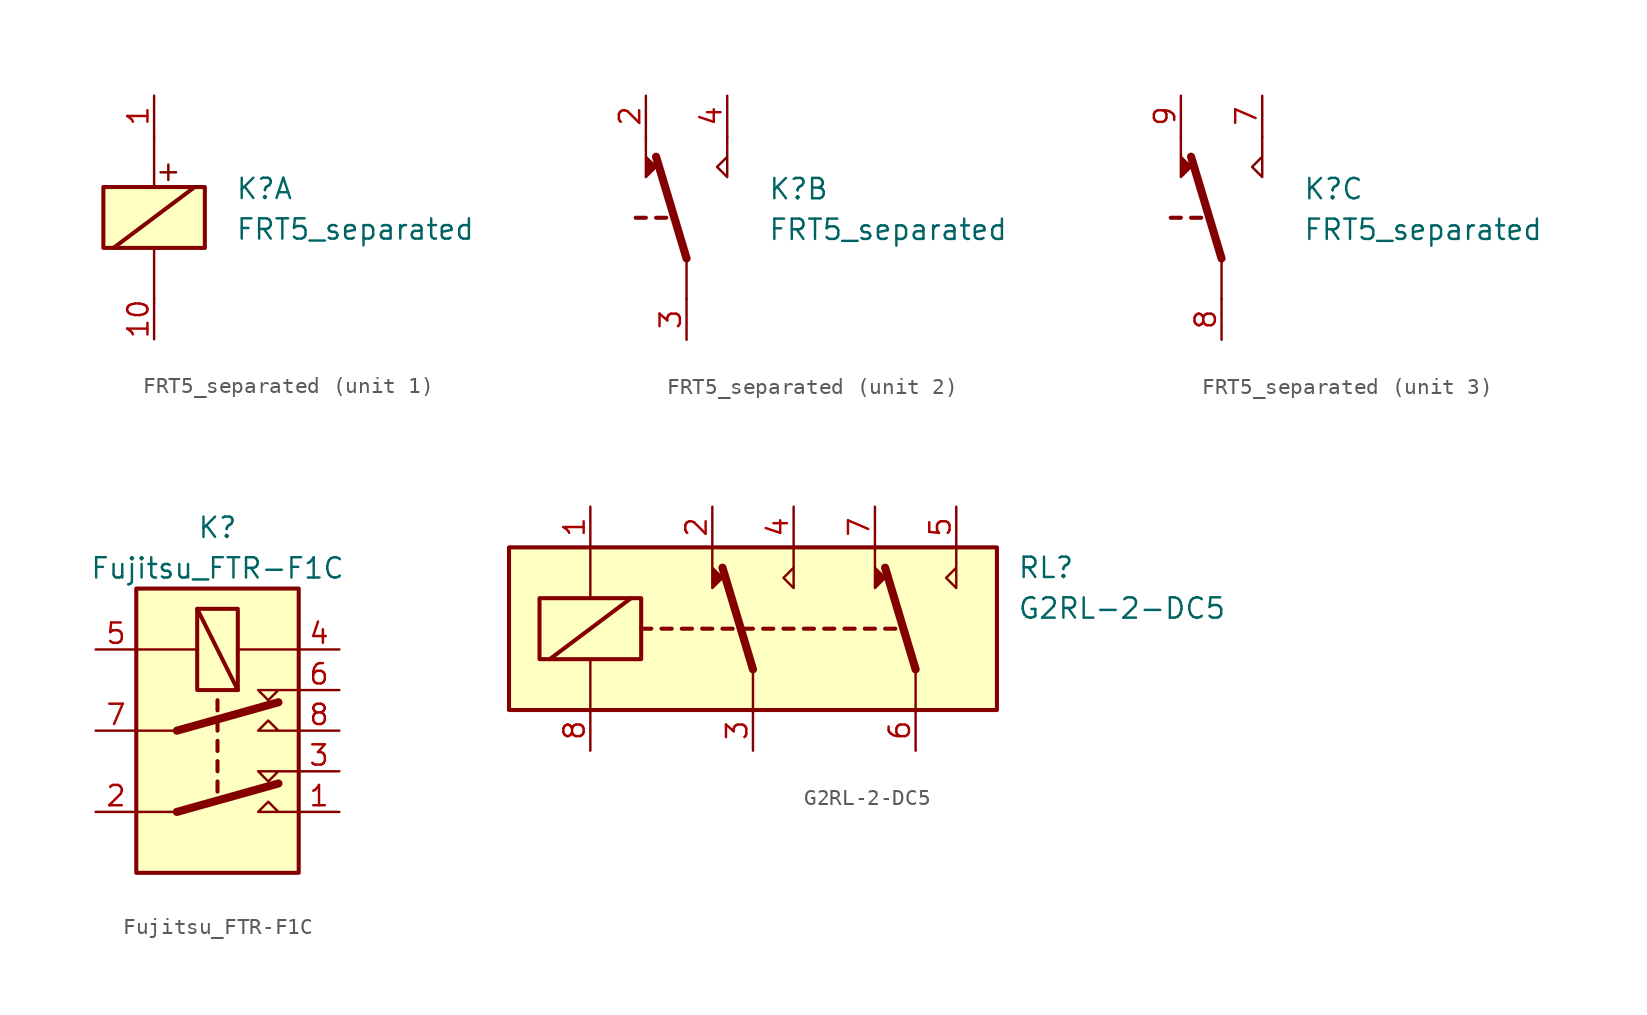
<source format=kicad_sym>
(kicad_symbol_lib
  (version 20201005)
  (generator kicad_symbol_editor)
  (symbol "Relay:FRT5_separated"
    (property "Reference" "K"
      (at 5.08 2.54 0)
      (effects (font (size 1.27 1.27)) (justify left top)))
    (property "Value" "FRT5_separated"
      (at 5.08 0 0)
      (effects (font (size 1.27 1.27)) (justify left top)))
    (symbol "FRT5_separated_1_0"
      (text "+" (at 0.889 2.921 0) (effects (font (size 1.27 1.27)))))
    (symbol "FRT5_separated_1_1"
      (rectangle (start -3.175 1.905) (end 3.175 -1.905) (stroke (width 0.254)) (fill (type background)))
      (polyline (pts (xy -2.54 -1.905) (xy 2.54 1.905)) (stroke (width 0.254)) (fill (type none)))
      (polyline (pts (xy 0 -5.08) (xy 0 -1.905)) (stroke (width 0)) (fill (type none)))
      (polyline (pts (xy 0 5.08) (xy 0 1.905)) (stroke (width 0)) (fill (type none)))
      (pin passive line (at 0 7.62 270) (length 2.54) (name "~" (effects (font (size 1.27 1.27)))) (number "1" (effects (font (size 1.27 1.27)))))
      (pin passive line (at 0 -7.62 90) (length 2.54) (name "~" (effects (font (size 1.27 1.27)))) (number "10" (effects (font (size 1.27 1.27))))))
    (symbol "FRT5_separated_2_1"
      (polyline (pts (xy -3.175 0) (xy -2.54 0)) (stroke (width 0.254)) (fill (type none)))
      (polyline (pts (xy -1.905 0) (xy -1.27 0)) (stroke (width 0.254)) (fill (type none)))
      (polyline (pts (xy 0 -2.54) (xy -1.905 3.81)) (stroke (width 0.508)) (fill (type none)))
      (polyline (pts (xy 0 -2.54) (xy 0 -5.08)) (stroke (width 0)) (fill (type none)))
      (polyline (pts (xy -2.54 5.08) (xy -2.54 2.54) (xy -1.905 3.175) (xy -2.54 3.81)) (stroke (width 0)) (fill (type outline)))
      (polyline (pts (xy 2.54 5.08) (xy 2.54 2.54) (xy 1.905 3.175) (xy 2.54 3.81)) (stroke (width 0)) (fill (type none)))
      (pin passive line (at -2.54 7.62 270) (length 2.54) (name "~" (effects (font (size 1.27 1.27)))) (number "2" (effects (font (size 1.27 1.27)))))
      (pin passive line (at 0 -7.62 90) (length 2.54) (name "~" (effects (font (size 1.27 1.27)))) (number "3" (effects (font (size 1.27 1.27)))))
      (pin passive line (at 2.54 7.62 270) (length 2.54) (name "~" (effects (font (size 1.27 1.27)))) (number "4" (effects (font (size 1.27 1.27))))))
    (symbol "FRT5_separated_3_1"
      (polyline (pts (xy -3.175 0) (xy -2.54 0)) (stroke (width 0.254)) (fill (type none)))
      (polyline (pts (xy -1.905 0) (xy -1.27 0)) (stroke (width 0.254)) (fill (type none)))
      (polyline (pts (xy 0 -2.54) (xy -1.905 3.81)) (stroke (width 0.508)) (fill (type none)))
      (polyline (pts (xy 0 -2.54) (xy 0 -5.08)) (stroke (width 0)) (fill (type none)))
      (polyline (pts (xy -2.54 5.08) (xy -2.54 2.54) (xy -1.905 3.175) (xy -2.54 3.81)) (stroke (width 0)) (fill (type outline)))
      (polyline (pts (xy 2.54 5.08) (xy 2.54 2.54) (xy 1.905 3.175) (xy 2.54 3.81)) (stroke (width 0)) (fill (type none)))
      (pin passive line (at 2.54 7.62 270) (length 2.54) (name "~" (effects (font (size 1.27 1.27)))) (number "7" (effects (font (size 1.27 1.27)))))
      (pin passive line (at 0 -7.62 90) (length 2.54) (name "~" (effects (font (size 1.27 1.27)))) (number "8" (effects (font (size 1.27 1.27)))))
      (pin passive line (at -2.54 7.62 270) (length 2.54) (name "~" (effects (font (size 1.27 1.27)))) (number "9" (effects (font (size 1.27 1.27)))))))
  (symbol "Relay:Fujitsu_FTR-F1C"
    (property "Reference" "K"
      (at 0 12.7 0)
      (effects (font (size 1.27 1.27))))
    (property "Value" "Fujitsu_FTR-F1C"
      (at 0 10.16 0)
      (effects (font (size 1.27 1.27))))
    (symbol "Fujitsu_FTR-F1C_0_1"
      (rectangle (start -1.27 7.62) (end 1.27 2.54) (stroke (width 0.254)) (fill (type none)))
      (polyline (pts (xy -1.27 7.62) (xy 1.27 2.54)) (stroke (width 0.254)) (fill (type none)))
      (polyline (pts (xy 5.08 -2.54) (xy 2.54 -2.54) (xy 3.175 -3.175) (xy 3.81 -2.54)) (stroke (width 0)) (fill (type none)))
      (polyline (pts (xy 5.08 2.54) (xy 2.54 2.54) (xy 3.175 1.905) (xy 3.81 2.54)) (stroke (width 0)) (fill (type none))))
    (symbol "Fujitsu_FTR-F1C_1_1"
      (rectangle (start 5.08 8.89) (end -5.08 -8.89) (stroke (width 0.254)) (fill (type background)))
      (polyline (pts (xy -2.54 -5.08) (xy -5.08 -5.08)) (stroke (width 0)) (fill (type none)))
      (polyline (pts (xy -2.54 -5.08) (xy 3.81 -3.302)) (stroke (width 0.508)) (fill (type none)))
      (polyline (pts (xy -2.54 0) (xy -5.08 0)) (stroke (width 0)) (fill (type none)))
      (polyline (pts (xy -2.54 0) (xy 3.81 1.778)) (stroke (width 0.508)) (fill (type none)))
      (polyline (pts (xy 0 -3.175) (xy 0 -3.81)) (stroke (width 0.254)) (fill (type none)))
      (polyline (pts (xy 0 -1.905) (xy 0 -2.54)) (stroke (width 0.254)) (fill (type none)))
      (polyline (pts (xy 0 -0.635) (xy 0 -1.27)) (stroke (width 0.254)) (fill (type none)))
      (polyline (pts (xy 0 0.635) (xy 0 0)) (stroke (width 0.254)) (fill (type none)))
      (polyline (pts (xy 0 1.905) (xy 0 1.27)) (stroke (width 0.254)) (fill (type none)))
      (polyline (pts (xy 5.08 5.08) (xy 1.27 5.08)) (stroke (width 0)) (fill (type none)))
      (polyline (pts (xy -5.08 5.08) (xy -1.27 5.08) (xy -1.524 5.08)) (stroke (width 0)) (fill (type none)))
      (polyline (pts (xy 5.08 -5.08) (xy 2.54 -5.08) (xy 3.175 -4.445) (xy 3.81 -5.08)) (stroke (width 0)) (fill (type none)))
      (polyline (pts (xy 5.08 0) (xy 2.54 0) (xy 3.175 0.635) (xy 3.81 0)) (stroke (width 0)) (fill (type none)))
      (pin passive line (at 7.62 -5.08 180) (length 2.54) (name "~" (effects (font (size 1.27 1.27)))) (number "1" (effects (font (size 1.27 1.27)))))
      (pin passive line (at -7.62 -5.08 0) (length 2.54) (name "~" (effects (font (size 1.27 1.27)))) (number "2" (effects (font (size 1.27 1.27)))))
      (pin passive line (at 7.62 -2.54 180) (length 2.54) (name "~" (effects (font (size 1.27 1.27)))) (number "3" (effects (font (size 1.27 1.27)))))
      (pin passive line (at 7.62 5.08 180) (length 2.54) (name "~" (effects (font (size 1.27 1.27)))) (number "4" (effects (font (size 1.27 1.27)))))
      (pin passive line (at -7.62 5.08 0) (length 2.54) (name "~" (effects (font (size 1.27 1.27)))) (number "5" (effects (font (size 1.27 1.27)))))
      (pin passive line (at 7.62 2.54 180) (length 2.54) (name "~" (effects (font (size 1.27 1.27)))) (number "6" (effects (font (size 1.27 1.27)))))
      (pin passive line (at -7.62 0 0) (length 2.54) (name "~" (effects (font (size 1.27 1.27)))) (number "7" (effects (font (size 1.27 1.27)))))
      (pin passive line (at 7.62 0 180) (length 2.54) (name "~" (effects (font (size 1.27 1.27)))) (number "8" (effects (font (size 1.27 1.27)))))))
  (symbol "Relay:G2RL-2-DC5"
    (property "Reference" "RL"
      (at 16.51 3.81 0)
      (effects (font (size 1.27 1.27)) (justify left)))
    (property "Value" "G2RL-2-DC5"
      (at 16.51 1.27 0)
      (effects (font (size 1.27 1.27)) (justify left)))
    (symbol "G2RL-2-DC5_0_1"
      (rectangle (start -15.24 5.08) (end 15.24 -5.08) (stroke (width 0.254)) (fill (type background)))
      (rectangle (start -13.335 1.905) (end -6.985 -1.905) (stroke (width 0.254)) (fill (type none)))
      (polyline (pts (xy -12.7 -1.905) (xy -7.62 1.905)) (stroke (width 0.254)) (fill (type none)))
      (polyline (pts (xy -10.16 -5.08) (xy -10.16 -1.905)) (stroke (width 0)) (fill (type none)))
      (polyline (pts (xy -10.16 5.08) (xy -10.16 1.905)) (stroke (width 0)) (fill (type none)))
      (polyline (pts (xy -6.985 0) (xy -6.35 0)) (stroke (width 0.254)) (fill (type none)))
      (polyline (pts (xy -5.715 0) (xy -5.08 0)) (stroke (width 0.254)) (fill (type none)))
      (polyline (pts (xy -4.445 0) (xy -3.81 0)) (stroke (width 0.254)) (fill (type none)))
      (polyline (pts (xy -3.175 0) (xy -2.54 0)) (stroke (width 0.254)) (fill (type none)))
      (polyline (pts (xy -1.905 0) (xy -1.27 0)) (stroke (width 0.254)) (fill (type none)))
      (polyline (pts (xy -0.635 0) (xy 0 0)) (stroke (width 0.254)) (fill (type none)))
      (polyline (pts (xy 0 -2.54) (xy -1.905 3.81)) (stroke (width 0.508)) (fill (type none)))
      (polyline (pts (xy 0 -2.54) (xy 0 -5.08)) (stroke (width 0)) (fill (type none)))
      (polyline (pts (xy 0.635 0) (xy 1.27 0)) (stroke (width 0.254)) (fill (type none)))
      (polyline (pts (xy 1.905 0) (xy 2.54 0)) (stroke (width 0.254)) (fill (type none)))
      (polyline (pts (xy 3.175 0) (xy 3.81 0)) (stroke (width 0.254)) (fill (type none)))
      (polyline (pts (xy 4.445 0) (xy 5.08 0)) (stroke (width 0.254)) (fill (type none)))
      (polyline (pts (xy 5.715 0) (xy 6.35 0)) (stroke (width 0.254)) (fill (type none)))
      (polyline (pts (xy 6.985 0) (xy 7.62 0)) (stroke (width 0.254)) (fill (type none)))
      (polyline (pts (xy 8.255 0) (xy 8.89 0)) (stroke (width 0.254)) (fill (type none)))
      (polyline (pts (xy 10.16 -2.54) (xy 8.255 3.81)) (stroke (width 0.508)) (fill (type none)))
      (polyline (pts (xy 10.16 -2.54) (xy 10.16 -5.08)) (stroke (width 0)) (fill (type none)))
      (polyline (pts (xy -2.54 5.08) (xy -2.54 2.54) (xy -1.905 3.175) (xy -2.54 3.81)) (stroke (width 0)) (fill (type outline)))
      (polyline (pts (xy 2.54 5.08) (xy 2.54 2.54) (xy 1.905 3.175) (xy 2.54 3.81)) (stroke (width 0)) (fill (type none)))
      (polyline (pts (xy 7.62 5.08) (xy 7.62 2.54) (xy 8.255 3.175) (xy 7.62 3.81)) (stroke (width 0)) (fill (type outline)))
      (polyline (pts (xy 12.7 5.08) (xy 12.7 2.54) (xy 12.065 3.175) (xy 12.7 3.81)) (stroke (width 0)) (fill (type none))))
    (symbol "G2RL-2-DC5_1_1"
      (pin passive line (at -10.16 7.62 270) (length 2.54) (name "~" (effects (font (size 1.27 1.27)))) (number "1" (effects (font (size 1.27 1.27)))))
      (pin passive line (at -2.54 7.62 270) (length 2.54) (name "~" (effects (font (size 1.27 1.27)))) (number "2" (effects (font (size 1.27 1.27)))))
      (pin passive line (at 0 -7.62 90) (length 2.54) (name "~" (effects (font (size 1.27 1.27)))) (number "3" (effects (font (size 1.27 1.27)))))
      (pin passive line (at 2.54 7.62 270) (length 2.54) (name "~" (effects (font (size 1.27 1.27)))) (number "4" (effects (font (size 1.27 1.27)))))
      (pin passive line (at 12.7 7.62 270) (length 2.54) (name "~" (effects (font (size 1.27 1.27)))) (number "5" (effects (font (size 1.27 1.27)))))
      (pin passive line (at 10.16 -7.62 90) (length 2.54) (name "~" (effects (font (size 1.27 1.27)))) (number "6" (effects (font (size 1.27 1.27)))))
      (pin passive line (at 7.62 7.62 270) (length 2.54) (name "~" (effects (font (size 1.27 1.27)))) (number "7" (effects (font (size 1.27 1.27)))))
      (pin passive line (at -10.16 -7.62 90) (length 2.54) (name "~" (effects (font (size 1.27 1.27)))) (number "8" (effects (font (size 1.27 1.27))))))))
</source>
